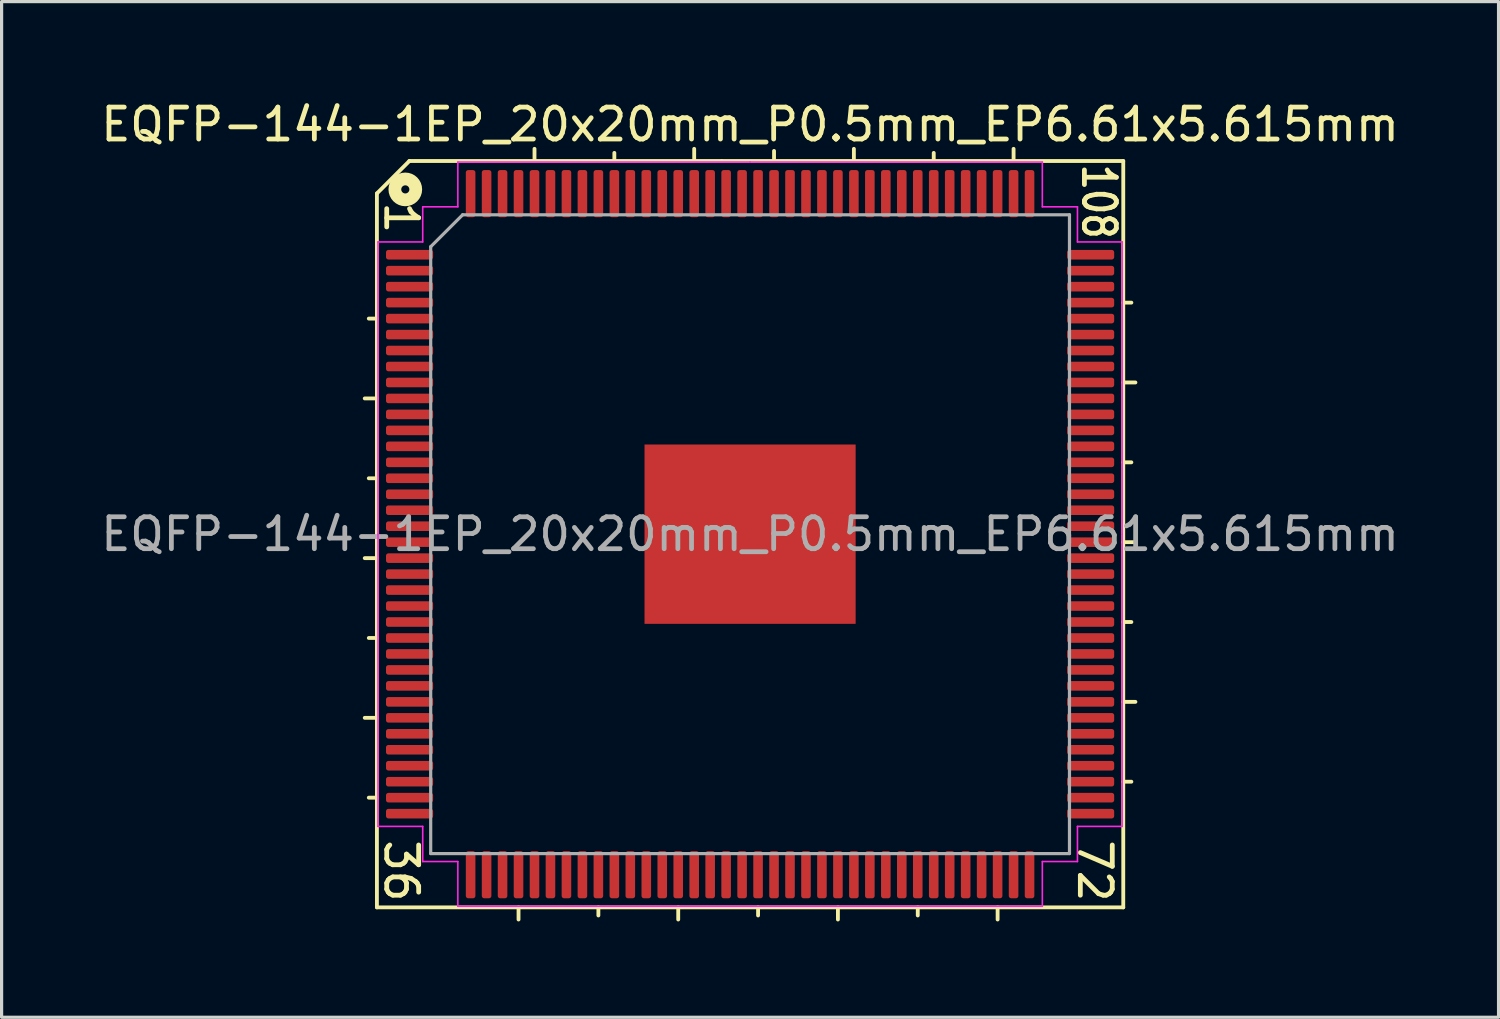
<source format=kicad_pcb>
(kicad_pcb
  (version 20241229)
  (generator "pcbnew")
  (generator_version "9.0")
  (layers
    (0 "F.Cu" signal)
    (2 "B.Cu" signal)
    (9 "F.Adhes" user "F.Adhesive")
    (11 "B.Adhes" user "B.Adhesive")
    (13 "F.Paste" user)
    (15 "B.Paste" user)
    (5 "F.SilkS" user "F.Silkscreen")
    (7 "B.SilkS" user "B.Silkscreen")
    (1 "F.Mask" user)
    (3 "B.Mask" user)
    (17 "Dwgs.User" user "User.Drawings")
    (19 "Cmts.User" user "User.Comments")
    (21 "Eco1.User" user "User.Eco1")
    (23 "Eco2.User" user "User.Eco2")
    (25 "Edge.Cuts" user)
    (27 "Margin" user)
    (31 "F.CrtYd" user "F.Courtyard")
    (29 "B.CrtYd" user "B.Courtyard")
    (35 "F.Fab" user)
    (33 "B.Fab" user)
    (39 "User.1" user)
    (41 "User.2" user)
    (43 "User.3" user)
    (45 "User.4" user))
  (footprint "EQFP-144-1EP_20x20mm_P0.5mm_EP6.61x5.615mm"
    (layer "F.Cu")
    (at 20.435 13.675)
    (property "Reference" "EQFP-144-1EP_20x20mm_P0.5mm_EP6.61x5.615mm" (at 0 -12.827 0) (layer "F.SilkS") (effects (font (size 1 1) (thickness 0.15))))
    (attr smd)
    (fp_line (start -11.684 -10.668) (end -11.684 11.684) (stroke (width 0.12) (type solid)) (layer "F.SilkS"))
    (fp_line (start -11.684 -6.75) (end -11.938 -6.75) (stroke (width 0.12) (type solid)) (layer "F.SilkS"))
    (fp_line (start -11.684 -4.25) (end -12.065 -4.25) (stroke (width 0.12) (type solid)) (layer "F.SilkS"))
    (fp_line (start -11.684 -1.75) (end -11.938 -1.75) (stroke (width 0.12) (type solid)) (layer "F.SilkS"))
    (fp_line (start -11.684 0.75) (end -12.065 0.75) (stroke (width 0.12) (type solid)) (layer "F.SilkS"))
    (fp_line (start -11.684 3.25) (end -11.938 3.25) (stroke (width 0.12) (type solid)) (layer "F.SilkS"))
    (fp_line (start -11.684 5.75) (end -12.065 5.75) (stroke (width 0.12) (type solid)) (layer "F.SilkS"))
    (fp_line (start -11.684 8.25) (end -11.938 8.25) (stroke (width 0.12) (type solid)) (layer "F.SilkS"))
    (fp_line (start -11.684 11.684) (end 11.684 11.684) (stroke (width 0.12) (type solid)) (layer "F.SilkS"))
    (fp_line (start -10.668 -11.684) (end -11.684 -10.668) (stroke (width 0.12) (type solid)) (layer "F.SilkS"))
    (fp_line (start -7.25 11.684) (end -7.25 12.065) (stroke (width 0.12) (type solid)) (layer "F.SilkS"))
    (fp_line (start -6.75 -11.684) (end -6.75 -12.065) (stroke (width 0.12) (type solid)) (layer "F.SilkS"))
    (fp_line (start -4.75 11.684) (end -4.75 11.938) (stroke (width 0.12) (type solid)) (layer "F.SilkS"))
    (fp_line (start -4.25 -11.684) (end -4.25 -11.938) (stroke (width 0.12) (type solid)) (layer "F.SilkS"))
    (fp_line (start -2.25 11.684) (end -2.25 12.065) (stroke (width 0.12) (type solid)) (layer "F.SilkS"))
    (fp_line (start -1.75 -11.684) (end -1.75 -12.065) (stroke (width 0.12) (type solid)) (layer "F.SilkS"))
    (fp_line (start -0.889 -11.684) (end -10.668 -11.684) (stroke (width 0.12) (type solid)) (layer "F.SilkS"))
    (fp_line (start 0.25 11.684) (end 0.25 11.938) (stroke (width 0.12) (type solid)) (layer "F.SilkS"))
    (fp_line (start 0.75 -11.75) (end 0.75 -12) (stroke (width 0.12) (type solid)) (layer "F.SilkS"))
    (fp_line (start 2.75 11.684) (end 2.75 12.065) (stroke (width 0.12) (type solid)) (layer "F.SilkS"))
    (fp_line (start 3.25 -11.684) (end 3.25 -12.065) (stroke (width 0.12) (type solid)) (layer "F.SilkS"))
    (fp_line (start 5.25 11.684) (end 5.25 11.938) (stroke (width 0.12) (type solid)) (layer "F.SilkS"))
    (fp_line (start 5.75 -11.684) (end 5.75 -11.938) (stroke (width 0.12) (type solid)) (layer "F.SilkS"))
    (fp_line (start 7.75 11.684) (end 7.75 12.065) (stroke (width 0.12) (type solid)) (layer "F.SilkS"))
    (fp_line (start 8.25 -11.684) (end 8.25 -12.065) (stroke (width 0.12) (type solid)) (layer "F.SilkS"))
    (fp_line (start 11.684 -11.684) (end -0.889 -11.684) (stroke (width 0.12) (type solid)) (layer "F.SilkS"))
    (fp_line (start 11.684 -7.25) (end 11.938 -7.25) (stroke (width 0.12) (type solid)) (layer "F.SilkS"))
    (fp_line (start 11.684 -4.75) (end 12.065 -4.75) (stroke (width 0.12) (type solid)) (layer "F.SilkS"))
    (fp_line (start 11.684 -2.25) (end 11.938 -2.25) (stroke (width 0.12) (type solid)) (layer "F.SilkS"))
    (fp_line (start 11.684 0.25) (end 12.065 0.25) (stroke (width 0.12) (type solid)) (layer "F.SilkS"))
    (fp_line (start 11.684 2.75) (end 11.938 2.75) (stroke (width 0.12) (type solid)) (layer "F.SilkS"))
    (fp_line (start 11.684 5.25) (end 12.065 5.25) (stroke (width 0.12) (type solid)) (layer "F.SilkS"))
    (fp_line (start 11.684 7.75) (end 11.938 7.75) (stroke (width 0.12) (type solid)) (layer "F.SilkS"))
    (fp_line (start 11.684 11.684) (end 11.684 -11.684) (stroke (width 0.12) (type solid)) (layer "F.SilkS"))
    (fp_circle (center -10.795 -10.795) (end -10.668 -10.795) (stroke (width 0.4) (type solid)) (fill no) (layer "F.SilkS"))
    (fp_line (start -11.65 -9.15) (end -11.65 0) (stroke (width 0.05) (type solid)) (layer "F.CrtYd"))
    (fp_line (start -11.65 9.15) (end -11.65 0) (stroke (width 0.05) (type solid)) (layer "F.CrtYd"))
    (fp_line (start -10.25 -10.25) (end -10.25 -9.15) (stroke (width 0.05) (type solid)) (layer "F.CrtYd"))
    (fp_line (start -10.25 -9.15) (end -11.65 -9.15) (stroke (width 0.05) (type solid)) (layer "F.CrtYd"))
    (fp_line (start -10.25 9.15) (end -11.65 9.15) (stroke (width 0.05) (type solid)) (layer "F.CrtYd"))
    (fp_line (start -10.25 10.25) (end -10.25 9.15) (stroke (width 0.05) (type solid)) (layer "F.CrtYd"))
    (fp_line (start -9.15 -11.65) (end -9.15 -10.25) (stroke (width 0.05) (type solid)) (layer "F.CrtYd"))
    (fp_line (start -9.15 -10.25) (end -10.25 -10.25) (stroke (width 0.05) (type solid)) (layer "F.CrtYd"))
    (fp_line (start -9.15 10.25) (end -10.25 10.25) (stroke (width 0.05) (type solid)) (layer "F.CrtYd"))
    (fp_line (start -9.15 11.65) (end -9.15 10.25) (stroke (width 0.05) (type solid)) (layer "F.CrtYd"))
    (fp_line (start 0 -11.65) (end -9.15 -11.65) (stroke (width 0.05) (type solid)) (layer "F.CrtYd"))
    (fp_line (start 0 -11.65) (end 9.15 -11.65) (stroke (width 0.05) (type solid)) (layer "F.CrtYd"))
    (fp_line (start 0 11.65) (end -9.15 11.65) (stroke (width 0.05) (type solid)) (layer "F.CrtYd"))
    (fp_line (start 0 11.65) (end 9.15 11.65) (stroke (width 0.05) (type solid)) (layer "F.CrtYd"))
    (fp_line (start 9.15 -11.65) (end 9.15 -10.25) (stroke (width 0.05) (type solid)) (layer "F.CrtYd"))
    (fp_line (start 9.15 -10.25) (end 10.25 -10.25) (stroke (width 0.05) (type solid)) (layer "F.CrtYd"))
    (fp_line (start 9.15 10.25) (end 10.25 10.25) (stroke (width 0.05) (type solid)) (layer "F.CrtYd"))
    (fp_line (start 9.15 11.65) (end 9.15 10.25) (stroke (width 0.05) (type solid)) (layer "F.CrtYd"))
    (fp_line (start 10.25 -10.25) (end 10.25 -9.15) (stroke (width 0.05) (type solid)) (layer "F.CrtYd"))
    (fp_line (start 10.25 -9.15) (end 11.65 -9.15) (stroke (width 0.05) (type solid)) (layer "F.CrtYd"))
    (fp_line (start 10.25 9.15) (end 11.65 9.15) (stroke (width 0.05) (type solid)) (layer "F.CrtYd"))
    (fp_line (start 10.25 10.25) (end 10.25 9.15) (stroke (width 0.05) (type solid)) (layer "F.CrtYd"))
    (fp_line (start 11.65 -9.15) (end 11.65 0) (stroke (width 0.05) (type solid)) (layer "F.CrtYd"))
    (fp_line (start 11.65 9.15) (end 11.65 0) (stroke (width 0.05) (type solid)) (layer "F.CrtYd"))
    (fp_line (start -10 -9) (end -9 -10) (stroke (width 0.1) (type solid)) (layer "F.Fab"))
    (fp_line (start -10 10) (end -10 -9) (stroke (width 0.1) (type solid)) (layer "F.Fab"))
    (fp_line (start -9 -10) (end 10 -10) (stroke (width 0.1) (type solid)) (layer "F.Fab"))
    (fp_line (start 10 -10) (end 10 10) (stroke (width 0.1) (type solid)) (layer "F.Fab"))
    (fp_line (start 10 10) (end -10 10) (stroke (width 0.1) (type solid)) (layer "F.Fab"))
    (fp_text user "1" (at -10.922 -9.906 270) (unlocked yes) (layer "F.SilkS") (effects (font (size 1 1) (thickness 0.15))))
    (fp_text user "108" (at 10.922 -10.414 270) (unlocked yes) (layer "F.SilkS") (effects (font (size 1 0.8) (thickness 0.15))))
    (fp_text user "72" (at 10.795 10.541 270) (unlocked yes) (layer "F.SilkS") (effects (font (size 1 1) (thickness 0.15))))
    (fp_text user "36" (at -10.922 10.541 270) (unlocked yes) (layer "F.SilkS") (effects (font (size 1 1) (thickness 0.15))))
    (fp_text user "${REFERENCE}" (at 0 0 0) (layer "F.Fab") (effects (font (size 1 1) (thickness 0.15))))
    (pad "" smd roundrect (at -2.64 -2.1) (size 1.07 1.13) (layers "F.Paste") (roundrect_rratio 0.234))
    (pad "" smd roundrect (at -2.64 -0.7) (size 1.07 1.13) (layers "F.Paste") (roundrect_rratio 0.234))
    (pad "" smd roundrect (at -2.64 0.7) (size 1.07 1.13) (layers "F.Paste") (roundrect_rratio 0.234))
    (pad "" smd roundrect (at -2.64 2.1) (size 1.07 1.13) (layers "F.Paste") (roundrect_rratio 0.234))
    (pad "" smd roundrect (at -1.32 -2.1) (size 1.07 1.13) (layers "F.Paste") (roundrect_rratio 0.234))
    (pad "" smd roundrect (at -1.32 -0.7) (size 1.07 1.13) (layers "F.Paste") (roundrect_rratio 0.234))
    (pad "" smd roundrect (at -1.32 0.7) (size 1.07 1.13) (layers "F.Paste") (roundrect_rratio 0.234))
    (pad "" smd roundrect (at -1.32 2.1) (size 1.07 1.13) (layers "F.Paste") (roundrect_rratio 0.234))
    (pad "" smd roundrect (at 0 -2.1) (size 1.07 1.13) (layers "F.Paste") (roundrect_rratio 0.234))
    (pad "" smd roundrect (at 0 -0.7) (size 1.07 1.13) (layers "F.Paste") (roundrect_rratio 0.234))
    (pad "" smd roundrect (at 0 0.7) (size 1.07 1.13) (layers "F.Paste") (roundrect_rratio 0.234))
    (pad "" smd roundrect (at 0 2.1) (size 1.07 1.13) (layers "F.Paste") (roundrect_rratio 0.234))
    (pad "" smd roundrect (at 1.32 -2.1) (size 1.07 1.13) (layers "F.Paste") (roundrect_rratio 0.234))
    (pad "" smd roundrect (at 1.32 -0.7) (size 1.07 1.13) (layers "F.Paste") (roundrect_rratio 0.234))
    (pad "" smd roundrect (at 1.32 0.7) (size 1.07 1.13) (layers "F.Paste") (roundrect_rratio 0.234))
    (pad "" smd roundrect (at 1.32 2.1) (size 1.07 1.13) (layers "F.Paste") (roundrect_rratio 0.234))
    (pad "" smd roundrect (at 2.64 -2.1) (size 1.07 1.13) (layers "F.Paste") (roundrect_rratio 0.234))
    (pad "" smd roundrect (at 2.64 -0.7) (size 1.07 1.13) (layers "F.Paste") (roundrect_rratio 0.234))
    (pad "" smd roundrect (at 2.64 0.7) (size 1.07 1.13) (layers "F.Paste") (roundrect_rratio 0.234))
    (pad "" smd roundrect (at 2.64 2.1) (size 1.07 1.13) (layers "F.Paste") (roundrect_rratio 0.234))
    (pad "1" smd roundrect (at -10.662 -8.75) (size 1.475 0.3) (layers "F.Cu" "F.Mask" "F.Paste") (roundrect_rratio 0.25))
    (pad "2" smd roundrect (at -10.662 -8.25) (size 1.475 0.3) (layers "F.Cu" "F.Mask" "F.Paste") (roundrect_rratio 0.25))
    (pad "3" smd roundrect (at -10.662 -7.75) (size 1.475 0.3) (layers "F.Cu" "F.Mask" "F.Paste") (roundrect_rratio 0.25))
    (pad "4" smd roundrect (at -10.662 -7.25) (size 1.475 0.3) (layers "F.Cu" "F.Mask" "F.Paste") (roundrect_rratio 0.25))
    (pad "5" smd roundrect (at -10.662 -6.75) (size 1.475 0.3) (layers "F.Cu" "F.Mask" "F.Paste") (roundrect_rratio 0.25))
    (pad "6" smd roundrect (at -10.662 -6.25) (size 1.475 0.3) (layers "F.Cu" "F.Mask" "F.Paste") (roundrect_rratio 0.25))
    (pad "7" smd roundrect (at -10.662 -5.75) (size 1.475 0.3) (layers "F.Cu" "F.Mask" "F.Paste") (roundrect_rratio 0.25))
    (pad "8" smd roundrect (at -10.662 -5.25) (size 1.475 0.3) (layers "F.Cu" "F.Mask" "F.Paste") (roundrect_rratio 0.25))
    (pad "9" smd roundrect (at -10.662 -4.75) (size 1.475 0.3) (layers "F.Cu" "F.Mask" "F.Paste") (roundrect_rratio 0.25))
    (pad "10" smd roundrect (at -10.662 -4.25) (size 1.475 0.3) (layers "F.Cu" "F.Mask" "F.Paste") (roundrect_rratio 0.25))
    (pad "11" smd roundrect (at -10.662 -3.75) (size 1.475 0.3) (layers "F.Cu" "F.Mask" "F.Paste") (roundrect_rratio 0.25))
    (pad "12" smd roundrect (at -10.662 -3.25) (size 1.475 0.3) (layers "F.Cu" "F.Mask" "F.Paste") (roundrect_rratio 0.25))
    (pad "13" smd roundrect (at -10.662 -2.75) (size 1.475 0.3) (layers "F.Cu" "F.Mask" "F.Paste") (roundrect_rratio 0.25))
    (pad "14" smd roundrect (at -10.662 -2.25) (size 1.475 0.3) (layers "F.Cu" "F.Mask" "F.Paste") (roundrect_rratio 0.25))
    (pad "15" smd roundrect (at -10.662 -1.75) (size 1.475 0.3) (layers "F.Cu" "F.Mask" "F.Paste") (roundrect_rratio 0.25))
    (pad "16" smd roundrect (at -10.662 -1.25) (size 1.475 0.3) (layers "F.Cu" "F.Mask" "F.Paste") (roundrect_rratio 0.25))
    (pad "17" smd roundrect (at -10.662 -0.75) (size 1.475 0.3) (layers "F.Cu" "F.Mask" "F.Paste") (roundrect_rratio 0.25))
    (pad "18" smd roundrect (at -10.662 -0.25) (size 1.475 0.3) (layers "F.Cu" "F.Mask" "F.Paste") (roundrect_rratio 0.25))
    (pad "19" smd roundrect (at -10.662 0.25) (size 1.475 0.3) (layers "F.Cu" "F.Mask" "F.Paste") (roundrect_rratio 0.25))
    (pad "20" smd roundrect (at -10.662 0.75) (size 1.475 0.3) (layers "F.Cu" "F.Mask" "F.Paste") (roundrect_rratio 0.25))
    (pad "21" smd roundrect (at -10.662 1.25) (size 1.475 0.3) (layers "F.Cu" "F.Mask" "F.Paste") (roundrect_rratio 0.25))
    (pad "22" smd roundrect (at -10.662 1.75) (size 1.475 0.3) (layers "F.Cu" "F.Mask" "F.Paste") (roundrect_rratio 0.25))
    (pad "23" smd roundrect (at -10.662 2.25) (size 1.475 0.3) (layers "F.Cu" "F.Mask" "F.Paste") (roundrect_rratio 0.25))
    (pad "24" smd roundrect (at -10.662 2.75) (size 1.475 0.3) (layers "F.Cu" "F.Mask" "F.Paste") (roundrect_rratio 0.25))
    (pad "25" smd roundrect (at -10.662 3.25) (size 1.475 0.3) (layers "F.Cu" "F.Mask" "F.Paste") (roundrect_rratio 0.25))
    (pad "26" smd roundrect (at -10.662 3.75) (size 1.475 0.3) (layers "F.Cu" "F.Mask" "F.Paste") (roundrect_rratio 0.25))
    (pad "27" smd roundrect (at -10.662 4.25) (size 1.475 0.3) (layers "F.Cu" "F.Mask" "F.Paste") (roundrect_rratio 0.25))
    (pad "28" smd roundrect (at -10.662 4.75) (size 1.475 0.3) (layers "F.Cu" "F.Mask" "F.Paste") (roundrect_rratio 0.25))
    (pad "29" smd roundrect (at -10.662 5.25) (size 1.475 0.3) (layers "F.Cu" "F.Mask" "F.Paste") (roundrect_rratio 0.25))
    (pad "30" smd roundrect (at -10.662 5.75) (size 1.475 0.3) (layers "F.Cu" "F.Mask" "F.Paste") (roundrect_rratio 0.25))
    (pad "31" smd roundrect (at -10.662 6.25) (size 1.475 0.3) (layers "F.Cu" "F.Mask" "F.Paste") (roundrect_rratio 0.25))
    (pad "32" smd roundrect (at -10.662 6.75) (size 1.475 0.3) (layers "F.Cu" "F.Mask" "F.Paste") (roundrect_rratio 0.25))
    (pad "33" smd roundrect (at -10.662 7.25) (size 1.475 0.3) (layers "F.Cu" "F.Mask" "F.Paste") (roundrect_rratio 0.25))
    (pad "34" smd roundrect (at -10.662 7.75) (size 1.475 0.3) (layers "F.Cu" "F.Mask" "F.Paste") (roundrect_rratio 0.25))
    (pad "35" smd roundrect (at -10.662 8.25) (size 1.475 0.3) (layers "F.Cu" "F.Mask" "F.Paste") (roundrect_rratio 0.25))
    (pad "36" smd roundrect (at -10.662 8.75) (size 1.475 0.3) (layers "F.Cu" "F.Mask" "F.Paste") (roundrect_rratio 0.25))
    (pad "37" smd roundrect (at -8.75 10.662) (size 0.3 1.475) (layers "F.Cu" "F.Mask" "F.Paste") (roundrect_rratio 0.25))
    (pad "38" smd roundrect (at -8.25 10.662) (size 0.3 1.475) (layers "F.Cu" "F.Mask" "F.Paste") (roundrect_rratio 0.25))
    (pad "39" smd roundrect (at -7.75 10.662) (size 0.3 1.475) (layers "F.Cu" "F.Mask" "F.Paste") (roundrect_rratio 0.25))
    (pad "40" smd roundrect (at -7.25 10.662) (size 0.3 1.475) (layers "F.Cu" "F.Mask" "F.Paste") (roundrect_rratio 0.25))
    (pad "41" smd roundrect (at -6.75 10.662) (size 0.3 1.475) (layers "F.Cu" "F.Mask" "F.Paste") (roundrect_rratio 0.25))
    (pad "42" smd roundrect (at -6.25 10.662) (size 0.3 1.475) (layers "F.Cu" "F.Mask" "F.Paste") (roundrect_rratio 0.25))
    (pad "43" smd roundrect (at -5.75 10.662) (size 0.3 1.475) (layers "F.Cu" "F.Mask" "F.Paste") (roundrect_rratio 0.25))
    (pad "44" smd roundrect (at -5.25 10.662) (size 0.3 1.475) (layers "F.Cu" "F.Mask" "F.Paste") (roundrect_rratio 0.25))
    (pad "45" smd roundrect (at -4.75 10.662) (size 0.3 1.475) (layers "F.Cu" "F.Mask" "F.Paste") (roundrect_rratio 0.25))
    (pad "46" smd roundrect (at -4.25 10.662) (size 0.3 1.475) (layers "F.Cu" "F.Mask" "F.Paste") (roundrect_rratio 0.25))
    (pad "47" smd roundrect (at -3.75 10.662) (size 0.3 1.475) (layers "F.Cu" "F.Mask" "F.Paste") (roundrect_rratio 0.25))
    (pad "48" smd roundrect (at -3.25 10.662) (size 0.3 1.475) (layers "F.Cu" "F.Mask" "F.Paste") (roundrect_rratio 0.25))
    (pad "49" smd roundrect (at -2.75 10.662) (size 0.3 1.475) (layers "F.Cu" "F.Mask" "F.Paste") (roundrect_rratio 0.25))
    (pad "50" smd roundrect (at -2.25 10.662) (size 0.3 1.475) (layers "F.Cu" "F.Mask" "F.Paste") (roundrect_rratio 0.25))
    (pad "51" smd roundrect (at -1.75 10.662) (size 0.3 1.475) (layers "F.Cu" "F.Mask" "F.Paste") (roundrect_rratio 0.25))
    (pad "52" smd roundrect (at -1.25 10.662) (size 0.3 1.475) (layers "F.Cu" "F.Mask" "F.Paste") (roundrect_rratio 0.25))
    (pad "53" smd roundrect (at -0.75 10.662) (size 0.3 1.475) (layers "F.Cu" "F.Mask" "F.Paste") (roundrect_rratio 0.25))
    (pad "54" smd roundrect (at -0.25 10.662) (size 0.3 1.475) (layers "F.Cu" "F.Mask" "F.Paste") (roundrect_rratio 0.25))
    (pad "55" smd roundrect (at 0.25 10.662) (size 0.3 1.475) (layers "F.Cu" "F.Mask" "F.Paste") (roundrect_rratio 0.25))
    (pad "56" smd roundrect (at 0.75 10.662) (size 0.3 1.475) (layers "F.Cu" "F.Mask" "F.Paste") (roundrect_rratio 0.25))
    (pad "57" smd roundrect (at 1.25 10.662) (size 0.3 1.475) (layers "F.Cu" "F.Mask" "F.Paste") (roundrect_rratio 0.25))
    (pad "58" smd roundrect (at 1.75 10.662) (size 0.3 1.475) (layers "F.Cu" "F.Mask" "F.Paste") (roundrect_rratio 0.25))
    (pad "59" smd roundrect (at 2.25 10.662) (size 0.3 1.475) (layers "F.Cu" "F.Mask" "F.Paste") (roundrect_rratio 0.25))
    (pad "60" smd roundrect (at 2.75 10.662) (size 0.3 1.475) (layers "F.Cu" "F.Mask" "F.Paste") (roundrect_rratio 0.25))
    (pad "61" smd roundrect (at 3.25 10.662) (size 0.3 1.475) (layers "F.Cu" "F.Mask" "F.Paste") (roundrect_rratio 0.25))
    (pad "62" smd roundrect (at 3.75 10.662) (size 0.3 1.475) (layers "F.Cu" "F.Mask" "F.Paste") (roundrect_rratio 0.25))
    (pad "63" smd roundrect (at 4.25 10.662) (size 0.3 1.475) (layers "F.Cu" "F.Mask" "F.Paste") (roundrect_rratio 0.25))
    (pad "64" smd roundrect (at 4.75 10.662) (size 0.3 1.475) (layers "F.Cu" "F.Mask" "F.Paste") (roundrect_rratio 0.25))
    (pad "65" smd roundrect (at 5.25 10.662) (size 0.3 1.475) (layers "F.Cu" "F.Mask" "F.Paste") (roundrect_rratio 0.25))
    (pad "66" smd roundrect (at 5.75 10.662) (size 0.3 1.475) (layers "F.Cu" "F.Mask" "F.Paste") (roundrect_rratio 0.25))
    (pad "67" smd roundrect (at 6.25 10.662) (size 0.3 1.475) (layers "F.Cu" "F.Mask" "F.Paste") (roundrect_rratio 0.25))
    (pad "68" smd roundrect (at 6.75 10.662) (size 0.3 1.475) (layers "F.Cu" "F.Mask" "F.Paste") (roundrect_rratio 0.25))
    (pad "69" smd roundrect (at 7.25 10.662) (size 0.3 1.475) (layers "F.Cu" "F.Mask" "F.Paste") (roundrect_rratio 0.25))
    (pad "70" smd roundrect (at 7.75 10.662) (size 0.3 1.475) (layers "F.Cu" "F.Mask" "F.Paste") (roundrect_rratio 0.25))
    (pad "71" smd roundrect (at 8.25 10.662) (size 0.3 1.475) (layers "F.Cu" "F.Mask" "F.Paste") (roundrect_rratio 0.25))
    (pad "72" smd roundrect (at 8.75 10.662) (size 0.3 1.475) (layers "F.Cu" "F.Mask" "F.Paste") (roundrect_rratio 0.25))
    (pad "73" smd roundrect (at 10.662 8.75) (size 1.475 0.3) (layers "F.Cu" "F.Mask" "F.Paste") (roundrect_rratio 0.25))
    (pad "74" smd roundrect (at 10.662 8.25) (size 1.475 0.3) (layers "F.Cu" "F.Mask" "F.Paste") (roundrect_rratio 0.25))
    (pad "75" smd roundrect (at 10.662 7.75) (size 1.475 0.3) (layers "F.Cu" "F.Mask" "F.Paste") (roundrect_rratio 0.25))
    (pad "76" smd roundrect (at 10.662 7.25) (size 1.475 0.3) (layers "F.Cu" "F.Mask" "F.Paste") (roundrect_rratio 0.25))
    (pad "77" smd roundrect (at 10.662 6.75) (size 1.475 0.3) (layers "F.Cu" "F.Mask" "F.Paste") (roundrect_rratio 0.25))
    (pad "78" smd roundrect (at 10.662 6.25) (size 1.475 0.3) (layers "F.Cu" "F.Mask" "F.Paste") (roundrect_rratio 0.25))
    (pad "79" smd roundrect (at 10.662 5.75) (size 1.475 0.3) (layers "F.Cu" "F.Mask" "F.Paste") (roundrect_rratio 0.25))
    (pad "80" smd roundrect (at 10.662 5.25) (size 1.475 0.3) (layers "F.Cu" "F.Mask" "F.Paste") (roundrect_rratio 0.25))
    (pad "81" smd roundrect (at 10.662 4.75) (size 1.475 0.3) (layers "F.Cu" "F.Mask" "F.Paste") (roundrect_rratio 0.25))
    (pad "82" smd roundrect (at 10.662 4.25) (size 1.475 0.3) (layers "F.Cu" "F.Mask" "F.Paste") (roundrect_rratio 0.25))
    (pad "83" smd roundrect (at 10.662 3.75) (size 1.475 0.3) (layers "F.Cu" "F.Mask" "F.Paste") (roundrect_rratio 0.25))
    (pad "84" smd roundrect (at 10.662 3.25) (size 1.475 0.3) (layers "F.Cu" "F.Mask" "F.Paste") (roundrect_rratio 0.25))
    (pad "85" smd roundrect (at 10.662 2.75) (size 1.475 0.3) (layers "F.Cu" "F.Mask" "F.Paste") (roundrect_rratio 0.25))
    (pad "86" smd roundrect (at 10.662 2.25) (size 1.475 0.3) (layers "F.Cu" "F.Mask" "F.Paste") (roundrect_rratio 0.25))
    (pad "87" smd roundrect (at 10.662 1.75) (size 1.475 0.3) (layers "F.Cu" "F.Mask" "F.Paste") (roundrect_rratio 0.25))
    (pad "88" smd roundrect (at 10.662 1.25) (size 1.475 0.3) (layers "F.Cu" "F.Mask" "F.Paste") (roundrect_rratio 0.25))
    (pad "89" smd roundrect (at 10.662 0.75) (size 1.475 0.3) (layers "F.Cu" "F.Mask" "F.Paste") (roundrect_rratio 0.25))
    (pad "90" smd roundrect (at 10.662 0.25) (size 1.475 0.3) (layers "F.Cu" "F.Mask" "F.Paste") (roundrect_rratio 0.25))
    (pad "91" smd roundrect (at 10.662 -0.25) (size 1.475 0.3) (layers "F.Cu" "F.Mask" "F.Paste") (roundrect_rratio 0.25))
    (pad "92" smd roundrect (at 10.662 -0.75) (size 1.475 0.3) (layers "F.Cu" "F.Mask" "F.Paste") (roundrect_rratio 0.25))
    (pad "93" smd roundrect (at 10.662 -1.25) (size 1.475 0.3) (layers "F.Cu" "F.Mask" "F.Paste") (roundrect_rratio 0.25))
    (pad "94" smd roundrect (at 10.662 -1.75) (size 1.475 0.3) (layers "F.Cu" "F.Mask" "F.Paste") (roundrect_rratio 0.25))
    (pad "95" smd roundrect (at 10.662 -2.25) (size 1.475 0.3) (layers "F.Cu" "F.Mask" "F.Paste") (roundrect_rratio 0.25))
    (pad "96" smd roundrect (at 10.662 -2.75) (size 1.475 0.3) (layers "F.Cu" "F.Mask" "F.Paste") (roundrect_rratio 0.25))
    (pad "97" smd roundrect (at 10.662 -3.25) (size 1.475 0.3) (layers "F.Cu" "F.Mask" "F.Paste") (roundrect_rratio 0.25))
    (pad "98" smd roundrect (at 10.662 -3.75) (size 1.475 0.3) (layers "F.Cu" "F.Mask" "F.Paste") (roundrect_rratio 0.25))
    (pad "99" smd roundrect (at 10.662 -4.25) (size 1.475 0.3) (layers "F.Cu" "F.Mask" "F.Paste") (roundrect_rratio 0.25))
    (pad "100" smd roundrect (at 10.662 -4.75) (size 1.475 0.3) (layers "F.Cu" "F.Mask" "F.Paste") (roundrect_rratio 0.25))
    (pad "101" smd roundrect (at 10.662 -5.25) (size 1.475 0.3) (layers "F.Cu" "F.Mask" "F.Paste") (roundrect_rratio 0.25))
    (pad "102" smd roundrect (at 10.662 -5.75) (size 1.475 0.3) (layers "F.Cu" "F.Mask" "F.Paste") (roundrect_rratio 0.25))
    (pad "103" smd roundrect (at 10.662 -6.25) (size 1.475 0.3) (layers "F.Cu" "F.Mask" "F.Paste") (roundrect_rratio 0.25))
    (pad "104" smd roundrect (at 10.662 -6.75) (size 1.475 0.3) (layers "F.Cu" "F.Mask" "F.Paste") (roundrect_rratio 0.25))
    (pad "105" smd roundrect (at 10.662 -7.25) (size 1.475 0.3) (layers "F.Cu" "F.Mask" "F.Paste") (roundrect_rratio 0.25))
    (pad "106" smd roundrect (at 10.662 -7.75) (size 1.475 0.3) (layers "F.Cu" "F.Mask" "F.Paste") (roundrect_rratio 0.25))
    (pad "107" smd roundrect (at 10.662 -8.25) (size 1.475 0.3) (layers "F.Cu" "F.Mask" "F.Paste") (roundrect_rratio 0.25))
    (pad "108" smd roundrect (at 10.662 -8.75) (size 1.475 0.3) (layers "F.Cu" "F.Mask" "F.Paste") (roundrect_rratio 0.25))
    (pad "109" smd roundrect (at 8.75 -10.662) (size 0.3 1.475) (layers "F.Cu" "F.Mask" "F.Paste") (roundrect_rratio 0.25))
    (pad "110" smd roundrect (at 8.25 -10.662) (size 0.3 1.475) (layers "F.Cu" "F.Mask" "F.Paste") (roundrect_rratio 0.25))
    (pad "111" smd roundrect (at 7.75 -10.662) (size 0.3 1.475) (layers "F.Cu" "F.Mask" "F.Paste") (roundrect_rratio 0.25))
    (pad "112" smd roundrect (at 7.25 -10.662) (size 0.3 1.475) (layers "F.Cu" "F.Mask" "F.Paste") (roundrect_rratio 0.25))
    (pad "113" smd roundrect (at 6.75 -10.662) (size 0.3 1.475) (layers "F.Cu" "F.Mask" "F.Paste") (roundrect_rratio 0.25))
    (pad "114" smd roundrect (at 6.25 -10.662) (size 0.3 1.475) (layers "F.Cu" "F.Mask" "F.Paste") (roundrect_rratio 0.25))
    (pad "115" smd roundrect (at 5.75 -10.662) (size 0.3 1.475) (layers "F.Cu" "F.Mask" "F.Paste") (roundrect_rratio 0.25))
    (pad "116" smd roundrect (at 5.25 -10.662) (size 0.3 1.475) (layers "F.Cu" "F.Mask" "F.Paste") (roundrect_rratio 0.25))
    (pad "117" smd roundrect (at 4.75 -10.662) (size 0.3 1.475) (layers "F.Cu" "F.Mask" "F.Paste") (roundrect_rratio 0.25))
    (pad "118" smd roundrect (at 4.25 -10.662) (size 0.3 1.475) (layers "F.Cu" "F.Mask" "F.Paste") (roundrect_rratio 0.25))
    (pad "119" smd roundrect (at 3.75 -10.662) (size 0.3 1.475) (layers "F.Cu" "F.Mask" "F.Paste") (roundrect_rratio 0.25))
    (pad "120" smd roundrect (at 3.25 -10.662) (size 0.3 1.475) (layers "F.Cu" "F.Mask" "F.Paste") (roundrect_rratio 0.25))
    (pad "121" smd roundrect (at 2.75 -10.662) (size 0.3 1.475) (layers "F.Cu" "F.Mask" "F.Paste") (roundrect_rratio 0.25))
    (pad "122" smd roundrect (at 2.25 -10.662) (size 0.3 1.475) (layers "F.Cu" "F.Mask" "F.Paste") (roundrect_rratio 0.25))
    (pad "123" smd roundrect (at 1.75 -10.662) (size 0.3 1.475) (layers "F.Cu" "F.Mask" "F.Paste") (roundrect_rratio 0.25))
    (pad "124" smd roundrect (at 1.25 -10.662) (size 0.3 1.475) (layers "F.Cu" "F.Mask" "F.Paste") (roundrect_rratio 0.25))
    (pad "125" smd roundrect (at 0.75 -10.662) (size 0.3 1.475) (layers "F.Cu" "F.Mask" "F.Paste") (roundrect_rratio 0.25))
    (pad "126" smd roundrect (at 0.25 -10.662) (size 0.3 1.475) (layers "F.Cu" "F.Mask" "F.Paste") (roundrect_rratio 0.25))
    (pad "127" smd roundrect (at -0.25 -10.662) (size 0.3 1.475) (layers "F.Cu" "F.Mask" "F.Paste") (roundrect_rratio 0.25))
    (pad "128" smd roundrect (at -0.75 -10.662) (size 0.3 1.475) (layers "F.Cu" "F.Mask" "F.Paste") (roundrect_rratio 0.25))
    (pad "129" smd roundrect (at -1.25 -10.662) (size 0.3 1.475) (layers "F.Cu" "F.Mask" "F.Paste") (roundrect_rratio 0.25))
    (pad "130" smd roundrect (at -1.75 -10.662) (size 0.3 1.475) (layers "F.Cu" "F.Mask" "F.Paste") (roundrect_rratio 0.25))
    (pad "131" smd roundrect (at -2.25 -10.662) (size 0.3 1.475) (layers "F.Cu" "F.Mask" "F.Paste") (roundrect_rratio 0.25))
    (pad "132" smd roundrect (at -2.75 -10.662) (size 0.3 1.475) (layers "F.Cu" "F.Mask" "F.Paste") (roundrect_rratio 0.25))
    (pad "133" smd roundrect (at -3.25 -10.662) (size 0.3 1.475) (layers "F.Cu" "F.Mask" "F.Paste") (roundrect_rratio 0.25))
    (pad "134" smd roundrect (at -3.75 -10.662) (size 0.3 1.475) (layers "F.Cu" "F.Mask" "F.Paste") (roundrect_rratio 0.25))
    (pad "135" smd roundrect (at -4.25 -10.662) (size 0.3 1.475) (layers "F.Cu" "F.Mask" "F.Paste") (roundrect_rratio 0.25))
    (pad "136" smd roundrect (at -4.75 -10.662) (size 0.3 1.475) (layers "F.Cu" "F.Mask" "F.Paste") (roundrect_rratio 0.25))
    (pad "137" smd roundrect (at -5.25 -10.662) (size 0.3 1.475) (layers "F.Cu" "F.Mask" "F.Paste") (roundrect_rratio 0.25))
    (pad "138" smd roundrect (at -5.75 -10.662) (size 0.3 1.475) (layers "F.Cu" "F.Mask" "F.Paste") (roundrect_rratio 0.25))
    (pad "139" smd roundrect (at -6.25 -10.662) (size 0.3 1.475) (layers "F.Cu" "F.Mask" "F.Paste") (roundrect_rratio 0.25))
    (pad "140" smd roundrect (at -6.75 -10.662) (size 0.3 1.475) (layers "F.Cu" "F.Mask" "F.Paste") (roundrect_rratio 0.25))
    (pad "141" smd roundrect (at -7.25 -10.662) (size 0.3 1.475) (layers "F.Cu" "F.Mask" "F.Paste") (roundrect_rratio 0.25))
    (pad "142" smd roundrect (at -7.75 -10.662) (size 0.3 1.475) (layers "F.Cu" "F.Mask" "F.Paste") (roundrect_rratio 0.25))
    (pad "143" smd roundrect (at -8.25 -10.662) (size 0.3 1.475) (layers "F.Cu" "F.Mask" "F.Paste") (roundrect_rratio 0.25))
    (pad "144" smd roundrect (at -8.75 -10.662) (size 0.3 1.475) (layers "F.Cu" "F.Mask" "F.Paste") (roundrect_rratio 0.25))
    (pad "145" smd rect (at 0 0) (size 6.61 5.615) (layers "F.Cu" "F.Mask")))
  (gr_rect
    (start -3 -3)
    (end 43.869 28.8)
    (stroke (width 0.1) (type default))
    (fill no)
    (layer "Edge.Cuts")))
</source>
